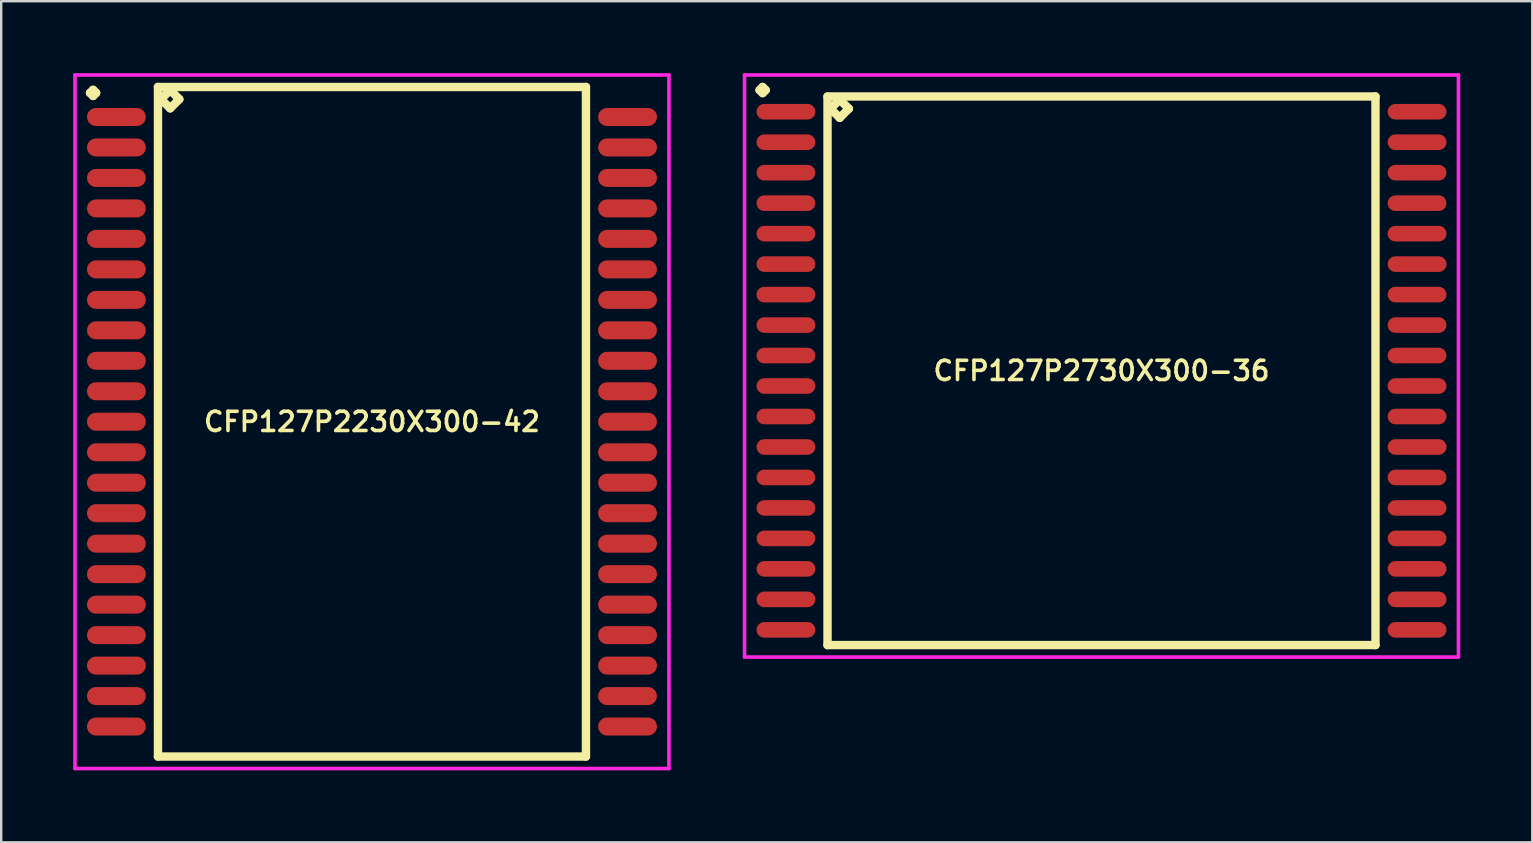
<source format=kicad_pcb>
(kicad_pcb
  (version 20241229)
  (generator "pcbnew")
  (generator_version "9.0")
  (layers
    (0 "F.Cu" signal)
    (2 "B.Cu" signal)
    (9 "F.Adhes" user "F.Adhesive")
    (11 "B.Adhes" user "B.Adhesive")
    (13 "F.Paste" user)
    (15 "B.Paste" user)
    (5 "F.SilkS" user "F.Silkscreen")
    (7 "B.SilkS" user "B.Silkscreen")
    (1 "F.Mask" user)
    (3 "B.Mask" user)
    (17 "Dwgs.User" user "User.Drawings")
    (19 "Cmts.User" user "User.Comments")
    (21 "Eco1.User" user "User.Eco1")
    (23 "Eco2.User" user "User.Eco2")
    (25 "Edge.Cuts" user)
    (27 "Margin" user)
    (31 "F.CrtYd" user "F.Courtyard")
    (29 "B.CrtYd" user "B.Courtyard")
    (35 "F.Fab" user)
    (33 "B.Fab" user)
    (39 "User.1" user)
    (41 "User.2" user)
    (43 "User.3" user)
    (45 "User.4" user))
  (footprint "CFP127P2230X300-42"
    (layer "F.Cu")
    (at 12.45 14.525)
    (property "Reference" "CFP127P2230X300-42" (at 0 0 0) (layer "F.SilkS") (effects (font (size 0.8 0.8) (thickness 0.15))))
    (attr smd)
    (fp_line (start -11.748 -13.704) (end -11.621 -13.831) (stroke (width 0.35) (type solid)) (layer "F.SilkS"))
    (fp_line (start -11.621 -13.831) (end -11.494 -13.704) (stroke (width 0.35) (type solid)) (layer "F.SilkS"))
    (fp_line (start -11.621 -13.577) (end -11.748 -13.704) (stroke (width 0.35) (type solid)) (layer "F.SilkS"))
    (fp_line (start -11.494 -13.704) (end -11.621 -13.577) (stroke (width 0.35) (type solid)) (layer "F.SilkS"))
    (fp_line (start -8.917 -13.95) (end -8.917 13.95) (stroke (width 0.35) (type solid)) (layer "F.SilkS"))
    (fp_line (start -8.917 13.95) (end 8.917 13.95) (stroke (width 0.35) (type solid)) (layer "F.SilkS"))
    (fp_line (start -8.79 -13.442) (end -8.409 -13.823) (stroke (width 0.35) (type solid)) (layer "F.SilkS"))
    (fp_line (start -8.409 -13.823) (end -8.028 -13.442) (stroke (width 0.35) (type solid)) (layer "F.SilkS"))
    (fp_line (start -8.409 -13.061) (end -8.79 -13.442) (stroke (width 0.35) (type solid)) (layer "F.SilkS"))
    (fp_line (start -8.028 -13.442) (end -8.409 -13.061) (stroke (width 0.35) (type solid)) (layer "F.SilkS"))
    (fp_line (start 8.917 -13.95) (end -8.917 -13.95) (stroke (width 0.35) (type solid)) (layer "F.SilkS"))
    (fp_line (start 8.917 13.95) (end 8.917 -13.95) (stroke (width 0.35) (type solid)) (layer "F.SilkS"))
    (fp_line (start -12.375 -14.45) (end 12.375 -14.45) (stroke (width 0.15) (type solid)) (layer "F.CrtYd"))
    (fp_line (start -12.375 14.45) (end -12.375 -14.45) (stroke (width 0.15) (type solid)) (layer "F.CrtYd"))
    (fp_line (start 12.375 -14.45) (end 12.375 14.45) (stroke (width 0.15) (type solid)) (layer "F.CrtYd"))
    (fp_line (start 12.375 14.45) (end -12.375 14.45) (stroke (width 0.15) (type solid)) (layer "F.CrtYd"))
    (pad "1" smd oval (at -10.65 -12.7) (size 2.45 0.75) (layers "F.Cu" "F.Mask" "F.Paste"))
    (pad "2" smd oval (at -10.65 -11.43) (size 2.45 0.75) (layers "F.Cu" "F.Mask" "F.Paste"))
    (pad "3" smd oval (at -10.65 -10.16) (size 2.45 0.75) (layers "F.Cu" "F.Mask" "F.Paste"))
    (pad "4" smd oval (at -10.65 -8.89) (size 2.45 0.75) (layers "F.Cu" "F.Mask" "F.Paste"))
    (pad "5" smd oval (at -10.65 -7.62) (size 2.45 0.75) (layers "F.Cu" "F.Mask" "F.Paste"))
    (pad "6" smd oval (at -10.65 -6.35) (size 2.45 0.75) (layers "F.Cu" "F.Mask" "F.Paste"))
    (pad "7" smd oval (at -10.65 -5.08) (size 2.45 0.75) (layers "F.Cu" "F.Mask" "F.Paste"))
    (pad "8" smd oval (at -10.65 -3.81) (size 2.45 0.75) (layers "F.Cu" "F.Mask" "F.Paste"))
    (pad "9" smd oval (at -10.65 -2.54) (size 2.45 0.75) (layers "F.Cu" "F.Mask" "F.Paste"))
    (pad "10" smd oval (at -10.65 -1.27) (size 2.45 0.75) (layers "F.Cu" "F.Mask" "F.Paste"))
    (pad "11" smd oval (at -10.65 0) (size 2.45 0.75) (layers "F.Cu" "F.Mask" "F.Paste"))
    (pad "12" smd oval (at -10.65 1.27) (size 2.45 0.75) (layers "F.Cu" "F.Mask" "F.Paste"))
    (pad "13" smd oval (at -10.65 2.54) (size 2.45 0.75) (layers "F.Cu" "F.Mask" "F.Paste"))
    (pad "14" smd oval (at -10.65 3.81) (size 2.45 0.75) (layers "F.Cu" "F.Mask" "F.Paste"))
    (pad "15" smd oval (at -10.65 5.08) (size 2.45 0.75) (layers "F.Cu" "F.Mask" "F.Paste"))
    (pad "16" smd oval (at -10.65 6.35) (size 2.45 0.75) (layers "F.Cu" "F.Mask" "F.Paste"))
    (pad "17" smd oval (at -10.65 7.62) (size 2.45 0.75) (layers "F.Cu" "F.Mask" "F.Paste"))
    (pad "18" smd oval (at -10.65 8.89) (size 2.45 0.75) (layers "F.Cu" "F.Mask" "F.Paste"))
    (pad "19" smd oval (at -10.65 10.16) (size 2.45 0.75) (layers "F.Cu" "F.Mask" "F.Paste"))
    (pad "20" smd oval (at -10.65 11.43) (size 2.45 0.75) (layers "F.Cu" "F.Mask" "F.Paste"))
    (pad "21" smd oval (at -10.65 12.7) (size 2.45 0.75) (layers "F.Cu" "F.Mask" "F.Paste"))
    (pad "22" smd oval (at 10.65 12.7) (size 2.45 0.75) (layers "F.Cu" "F.Mask" "F.Paste"))
    (pad "23" smd oval (at 10.65 11.43) (size 2.45 0.75) (layers "F.Cu" "F.Mask" "F.Paste"))
    (pad "24" smd oval (at 10.65 10.16) (size 2.45 0.75) (layers "F.Cu" "F.Mask" "F.Paste"))
    (pad "25" smd oval (at 10.65 8.89) (size 2.45 0.75) (layers "F.Cu" "F.Mask" "F.Paste"))
    (pad "26" smd oval (at 10.65 7.62) (size 2.45 0.75) (layers "F.Cu" "F.Mask" "F.Paste"))
    (pad "27" smd oval (at 10.65 6.35) (size 2.45 0.75) (layers "F.Cu" "F.Mask" "F.Paste"))
    (pad "28" smd oval (at 10.65 5.08) (size 2.45 0.75) (layers "F.Cu" "F.Mask" "F.Paste"))
    (pad "29" smd oval (at 10.65 3.81) (size 2.45 0.75) (layers "F.Cu" "F.Mask" "F.Paste"))
    (pad "30" smd oval (at 10.65 2.54) (size 2.45 0.75) (layers "F.Cu" "F.Mask" "F.Paste"))
    (pad "31" smd oval (at 10.65 1.27) (size 2.45 0.75) (layers "F.Cu" "F.Mask" "F.Paste"))
    (pad "32" smd oval (at 10.65 0) (size 2.45 0.75) (layers "F.Cu" "F.Mask" "F.Paste"))
    (pad "33" smd oval (at 10.65 -1.27) (size 2.45 0.75) (layers "F.Cu" "F.Mask" "F.Paste"))
    (pad "34" smd oval (at 10.65 -2.54) (size 2.45 0.75) (layers "F.Cu" "F.Mask" "F.Paste"))
    (pad "35" smd oval (at 10.65 -3.81) (size 2.45 0.75) (layers "F.Cu" "F.Mask" "F.Paste"))
    (pad "36" smd oval (at 10.65 -5.08) (size 2.45 0.75) (layers "F.Cu" "F.Mask" "F.Paste"))
    (pad "37" smd oval (at 10.65 -6.35) (size 2.45 0.75) (layers "F.Cu" "F.Mask" "F.Paste"))
    (pad "38" smd oval (at 10.65 -7.62) (size 2.45 0.75) (layers "F.Cu" "F.Mask" "F.Paste"))
    (pad "39" smd oval (at 10.65 -8.89) (size 2.45 0.75) (layers "F.Cu" "F.Mask" "F.Paste"))
    (pad "40" smd oval (at 10.65 -10.16) (size 2.45 0.75) (layers "F.Cu" "F.Mask" "F.Paste"))
    (pad "41" smd oval (at 10.65 -11.43) (size 2.45 0.75) (layers "F.Cu" "F.Mask" "F.Paste"))
    (pad "42" smd oval (at 10.65 -12.7) (size 2.45 0.75) (layers "F.Cu" "F.Mask" "F.Paste")))
  (footprint "CFP127P2730X300-36"
    (layer "F.Cu")
    (at 42.85 12.401)
    (property "Reference" "CFP127P2730X300-36" (at 0 0 0) (layer "F.SilkS") (effects (font (size 0.8 0.8) (thickness 0.15))))
    (attr smd)
    (fp_line (start -14.248 -11.699) (end -14.121 -11.826) (stroke (width 0.35) (type solid)) (layer "F.SilkS"))
    (fp_line (start -14.121 -11.826) (end -13.994 -11.699) (stroke (width 0.35) (type solid)) (layer "F.SilkS"))
    (fp_line (start -14.121 -11.572) (end -14.248 -11.699) (stroke (width 0.35) (type solid)) (layer "F.SilkS"))
    (fp_line (start -13.994 -11.699) (end -14.121 -11.572) (stroke (width 0.35) (type solid)) (layer "F.SilkS"))
    (fp_line (start -11.417 -11.43) (end -11.417 11.43) (stroke (width 0.35) (type solid)) (layer "F.SilkS"))
    (fp_line (start -11.417 11.43) (end 11.417 11.43) (stroke (width 0.35) (type solid)) (layer "F.SilkS"))
    (fp_line (start -11.29 -10.922) (end -10.909 -11.303) (stroke (width 0.35) (type solid)) (layer "F.SilkS"))
    (fp_line (start -10.909 -11.303) (end -10.528 -10.922) (stroke (width 0.35) (type solid)) (layer "F.SilkS"))
    (fp_line (start -10.909 -10.541) (end -11.29 -10.922) (stroke (width 0.35) (type solid)) (layer "F.SilkS"))
    (fp_line (start -10.528 -10.922) (end -10.909 -10.541) (stroke (width 0.35) (type solid)) (layer "F.SilkS"))
    (fp_line (start 11.417 -11.43) (end -11.417 -11.43) (stroke (width 0.35) (type solid)) (layer "F.SilkS"))
    (fp_line (start 11.417 11.43) (end 11.417 -11.43) (stroke (width 0.35) (type solid)) (layer "F.SilkS"))
    (fp_line (start -14.875 -12.326) (end 14.875 -12.326) (stroke (width 0.15) (type solid)) (layer "F.CrtYd"))
    (fp_line (start -14.875 11.93) (end -14.875 -12.326) (stroke (width 0.15) (type solid)) (layer "F.CrtYd"))
    (fp_line (start 14.875 -12.326) (end 14.875 11.93) (stroke (width 0.15) (type solid)) (layer "F.CrtYd"))
    (fp_line (start 14.875 11.93) (end -14.875 11.93) (stroke (width 0.15) (type solid)) (layer "F.CrtYd"))
    (pad "1" smd oval (at -13.15 -10.795) (size 2.45 0.65) (layers "F.Cu" "F.Mask" "F.Paste"))
    (pad "2" smd oval (at -13.15 -9.525) (size 2.45 0.65) (layers "F.Cu" "F.Mask" "F.Paste"))
    (pad "3" smd oval (at -13.15 -8.255) (size 2.45 0.65) (layers "F.Cu" "F.Mask" "F.Paste"))
    (pad "4" smd oval (at -13.15 -6.985) (size 2.45 0.65) (layers "F.Cu" "F.Mask" "F.Paste"))
    (pad "5" smd oval (at -13.15 -5.715) (size 2.45 0.65) (layers "F.Cu" "F.Mask" "F.Paste"))
    (pad "6" smd oval (at -13.15 -4.445) (size 2.45 0.65) (layers "F.Cu" "F.Mask" "F.Paste"))
    (pad "7" smd oval (at -13.15 -3.175) (size 2.45 0.65) (layers "F.Cu" "F.Mask" "F.Paste"))
    (pad "8" smd oval (at -13.15 -1.905) (size 2.45 0.65) (layers "F.Cu" "F.Mask" "F.Paste"))
    (pad "9" smd oval (at -13.15 -0.635) (size 2.45 0.65) (layers "F.Cu" "F.Mask" "F.Paste"))
    (pad "10" smd oval (at -13.15 0.635) (size 2.45 0.65) (layers "F.Cu" "F.Mask" "F.Paste"))
    (pad "11" smd oval (at -13.15 1.905) (size 2.45 0.65) (layers "F.Cu" "F.Mask" "F.Paste"))
    (pad "12" smd oval (at -13.15 3.175) (size 2.45 0.65) (layers "F.Cu" "F.Mask" "F.Paste"))
    (pad "13" smd oval (at -13.15 4.445) (size 2.45 0.65) (layers "F.Cu" "F.Mask" "F.Paste"))
    (pad "14" smd oval (at -13.15 5.715) (size 2.45 0.65) (layers "F.Cu" "F.Mask" "F.Paste"))
    (pad "15" smd oval (at -13.15 6.985) (size 2.45 0.65) (layers "F.Cu" "F.Mask" "F.Paste"))
    (pad "16" smd oval (at -13.15 8.255) (size 2.45 0.65) (layers "F.Cu" "F.Mask" "F.Paste"))
    (pad "17" smd oval (at -13.15 9.525) (size 2.45 0.65) (layers "F.Cu" "F.Mask" "F.Paste"))
    (pad "18" smd oval (at -13.15 10.795) (size 2.45 0.65) (layers "F.Cu" "F.Mask" "F.Paste"))
    (pad "19" smd oval (at 13.15 10.795) (size 2.45 0.65) (layers "F.Cu" "F.Mask" "F.Paste"))
    (pad "20" smd oval (at 13.15 9.525) (size 2.45 0.65) (layers "F.Cu" "F.Mask" "F.Paste"))
    (pad "21" smd oval (at 13.15 8.255) (size 2.45 0.65) (layers "F.Cu" "F.Mask" "F.Paste"))
    (pad "22" smd oval (at 13.15 6.985) (size 2.45 0.65) (layers "F.Cu" "F.Mask" "F.Paste"))
    (pad "23" smd oval (at 13.15 5.715) (size 2.45 0.65) (layers "F.Cu" "F.Mask" "F.Paste"))
    (pad "24" smd oval (at 13.15 4.445) (size 2.45 0.65) (layers "F.Cu" "F.Mask" "F.Paste"))
    (pad "25" smd oval (at 13.15 3.175) (size 2.45 0.65) (layers "F.Cu" "F.Mask" "F.Paste"))
    (pad "26" smd oval (at 13.15 1.905) (size 2.45 0.65) (layers "F.Cu" "F.Mask" "F.Paste"))
    (pad "27" smd oval (at 13.15 0.635) (size 2.45 0.65) (layers "F.Cu" "F.Mask" "F.Paste"))
    (pad "28" smd oval (at 13.15 -0.635) (size 2.45 0.65) (layers "F.Cu" "F.Mask" "F.Paste"))
    (pad "29" smd oval (at 13.15 -1.905) (size 2.45 0.65) (layers "F.Cu" "F.Mask" "F.Paste"))
    (pad "30" smd oval (at 13.15 -3.175) (size 2.45 0.65) (layers "F.Cu" "F.Mask" "F.Paste"))
    (pad "31" smd oval (at 13.15 -4.445) (size 2.45 0.65) (layers "F.Cu" "F.Mask" "F.Paste"))
    (pad "32" smd oval (at 13.15 -5.715) (size 2.45 0.65) (layers "F.Cu" "F.Mask" "F.Paste"))
    (pad "33" smd oval (at 13.15 -6.985) (size 2.45 0.65) (layers "F.Cu" "F.Mask" "F.Paste"))
    (pad "34" smd oval (at 13.15 -8.255) (size 2.45 0.65) (layers "F.Cu" "F.Mask" "F.Paste"))
    (pad "35" smd oval (at 13.15 -9.525) (size 2.45 0.65) (layers "F.Cu" "F.Mask" "F.Paste"))
    (pad "36" smd oval (at 13.15 -10.795) (size 2.45 0.65) (layers "F.Cu" "F.Mask" "F.Paste")))
  (gr_rect
    (start -3 -3)
    (end 60.8 32.05)
    (stroke (width 0.1) (type default))
    (fill no)
    (layer "Edge.Cuts")))
</source>
